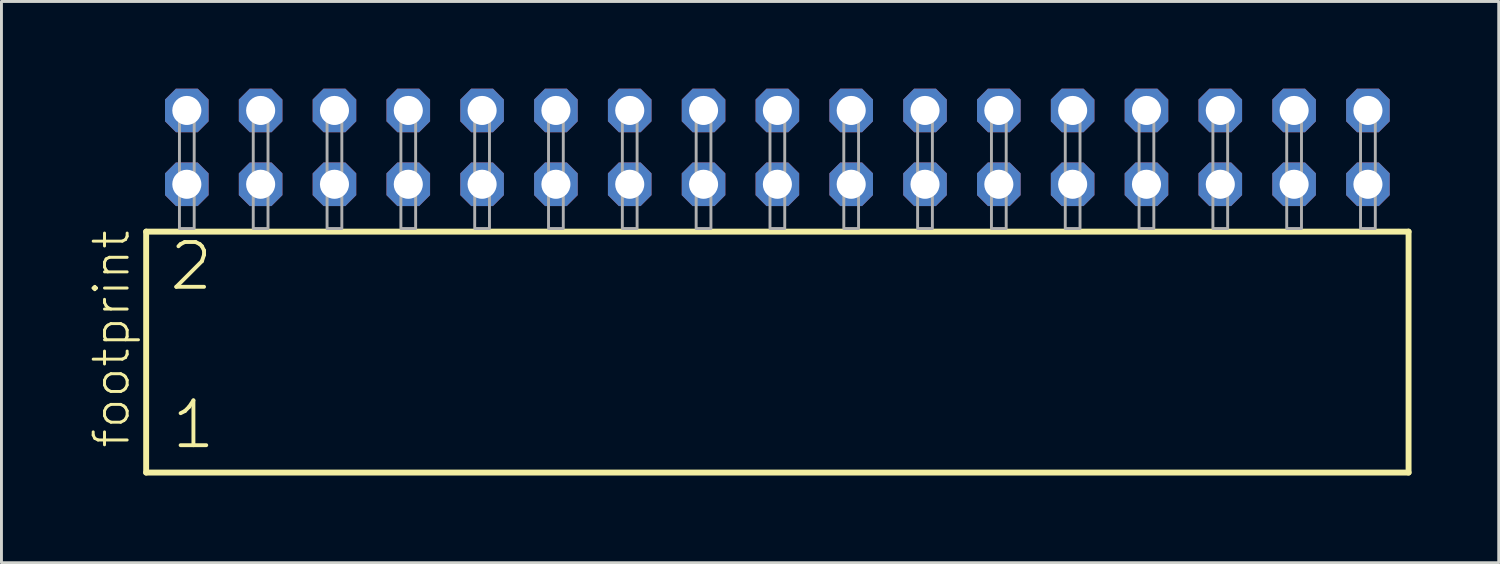
<source format=kicad_pcb>
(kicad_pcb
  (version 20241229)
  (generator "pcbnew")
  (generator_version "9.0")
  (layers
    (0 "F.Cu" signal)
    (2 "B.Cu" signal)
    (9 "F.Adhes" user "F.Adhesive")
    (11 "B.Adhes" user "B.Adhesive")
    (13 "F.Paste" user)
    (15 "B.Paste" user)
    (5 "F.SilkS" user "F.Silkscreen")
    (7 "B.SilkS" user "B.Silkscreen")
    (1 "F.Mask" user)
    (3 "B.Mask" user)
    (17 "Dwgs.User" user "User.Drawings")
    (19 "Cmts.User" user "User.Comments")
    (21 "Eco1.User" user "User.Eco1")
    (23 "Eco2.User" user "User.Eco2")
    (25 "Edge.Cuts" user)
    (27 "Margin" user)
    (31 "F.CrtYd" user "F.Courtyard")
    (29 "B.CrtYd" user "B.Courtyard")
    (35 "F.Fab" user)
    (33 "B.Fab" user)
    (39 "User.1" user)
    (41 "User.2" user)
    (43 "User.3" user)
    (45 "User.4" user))
  (footprint "footprint"
    (layer "F.Cu")
    (at 23.698 4.814)
    (property "Reference" "footprint" (at -22.225 7.62 90) (layer "F.SilkS") (effects (font (size 1.168 1.168) (thickness 0.102)) (justify left bottom)))
    (fp_line (start -21.719 0.106) (end -21.719 8.396) (stroke (width 0.203) (type solid)) (layer "F.SilkS"))
    (fp_line (start -21.719 8.396) (end 21.719 8.396) (stroke (width 0.203) (type solid)) (layer "F.SilkS"))
    (fp_line (start 21.719 0.106) (end -21.719 0.106) (stroke (width 0.203) (type solid)) (layer "F.SilkS"))
    (fp_line (start 21.719 8.396) (end 21.719 0.106) (stroke (width 0.203) (type solid)) (layer "F.SilkS"))
    (fp_poly (pts (xy -20.574 0) (xy -20.066 0) (xy -20.066 -4.318) (xy -20.574 -4.318)) (stroke (width 0.1) (type solid)) (fill no) (layer "F.Fab"))
    (fp_poly (pts (xy -18.034 0) (xy -17.526 0) (xy -17.526 -4.318) (xy -18.034 -4.318)) (stroke (width 0.1) (type solid)) (fill no) (layer "F.Fab"))
    (fp_poly (pts (xy -15.494 0) (xy -14.986 0) (xy -14.986 -4.318) (xy -15.494 -4.318)) (stroke (width 0.1) (type solid)) (fill no) (layer "F.Fab"))
    (fp_poly (pts (xy -12.954 0) (xy -12.446 0) (xy -12.446 -4.318) (xy -12.954 -4.318)) (stroke (width 0.1) (type solid)) (fill no) (layer "F.Fab"))
    (fp_poly (pts (xy -10.414 0) (xy -9.906 0) (xy -9.906 -4.318) (xy -10.414 -4.318)) (stroke (width 0.1) (type solid)) (fill no) (layer "F.Fab"))
    (fp_poly (pts (xy -7.874 0) (xy -7.366 0) (xy -7.366 -4.318) (xy -7.874 -4.318)) (stroke (width 0.1) (type solid)) (fill no) (layer "F.Fab"))
    (fp_poly (pts (xy -5.334 0) (xy -4.826 0) (xy -4.826 -4.318) (xy -5.334 -4.318)) (stroke (width 0.1) (type solid)) (fill no) (layer "F.Fab"))
    (fp_poly (pts (xy -2.794 0) (xy -2.286 0) (xy -2.286 -4.318) (xy -2.794 -4.318)) (stroke (width 0.1) (type solid)) (fill no) (layer "F.Fab"))
    (fp_poly (pts (xy -0.254 0) (xy 0.254 0) (xy 0.254 -4.318) (xy -0.254 -4.318)) (stroke (width 0.1) (type solid)) (fill no) (layer "F.Fab"))
    (fp_poly (pts (xy 2.286 0) (xy 2.794 0) (xy 2.794 -4.318) (xy 2.286 -4.318)) (stroke (width 0.1) (type solid)) (fill no) (layer "F.Fab"))
    (fp_poly (pts (xy 4.826 0) (xy 5.334 0) (xy 5.334 -4.318) (xy 4.826 -4.318)) (stroke (width 0.1) (type solid)) (fill no) (layer "F.Fab"))
    (fp_poly (pts (xy 7.366 0) (xy 7.874 0) (xy 7.874 -4.318) (xy 7.366 -4.318)) (stroke (width 0.1) (type solid)) (fill no) (layer "F.Fab"))
    (fp_poly (pts (xy 9.906 0) (xy 10.414 0) (xy 10.414 -4.318) (xy 9.906 -4.318)) (stroke (width 0.1) (type solid)) (fill no) (layer "F.Fab"))
    (fp_poly (pts (xy 12.446 0) (xy 12.954 0) (xy 12.954 -4.318) (xy 12.446 -4.318)) (stroke (width 0.1) (type solid)) (fill no) (layer "F.Fab"))
    (fp_poly (pts (xy 14.986 0) (xy 15.494 0) (xy 15.494 -4.318) (xy 14.986 -4.318)) (stroke (width 0.1) (type solid)) (fill no) (layer "F.Fab"))
    (fp_poly (pts (xy 17.526 0) (xy 18.034 0) (xy 18.034 -4.318) (xy 17.526 -4.318)) (stroke (width 0.1) (type solid)) (fill no) (layer "F.Fab"))
    (fp_poly (pts (xy 20.066 0) (xy 20.574 0) (xy 20.574 -4.318) (xy 20.066 -4.318)) (stroke (width 0.1) (type solid)) (fill no) (layer "F.Fab"))
    (fp_text user "1" (at -20.915 7.65 0) (layer "F.SilkS") (effects (font (size 1.542 1.542) (thickness 0.134)) (justify left bottom)))
    (fp_text user "2" (at -20.99 2.2 0) (layer "F.SilkS") (effects (font (size 1.542 1.542) (thickness 0.134)) (justify left bottom)))
    (pad "1" thru_hole roundrect (at -20.32 -1.524) (size 1.5 1.5) (drill 1) (layers "*.Cu" "*.Mask") (roundrect_rratio 0.25) (chamfer_ratio 0.25) (chamfer top_left top_right bottom_left bottom_right))
    (pad "2" thru_hole roundrect (at -20.32 -4.064) (size 1.5 1.5) (drill 1) (layers "*.Cu" "*.Mask") (roundrect_rratio 0.25) (chamfer_ratio 0.25) (chamfer top_left top_right bottom_left bottom_right))
    (pad "3" thru_hole roundrect (at -17.78 -1.524) (size 1.5 1.5) (drill 1) (layers "*.Cu" "*.Mask") (roundrect_rratio 0.25) (chamfer_ratio 0.25) (chamfer top_left top_right bottom_left bottom_right))
    (pad "4" thru_hole roundrect (at -17.78 -4.064) (size 1.5 1.5) (drill 1) (layers "*.Cu" "*.Mask") (roundrect_rratio 0.25) (chamfer_ratio 0.25) (chamfer top_left top_right bottom_left bottom_right))
    (pad "5" thru_hole roundrect (at -15.24 -1.524) (size 1.5 1.5) (drill 1) (layers "*.Cu" "*.Mask") (roundrect_rratio 0.25) (chamfer_ratio 0.25) (chamfer top_left top_right bottom_left bottom_right))
    (pad "6" thru_hole roundrect (at -15.24 -4.064) (size 1.5 1.5) (drill 1) (layers "*.Cu" "*.Mask") (roundrect_rratio 0.25) (chamfer_ratio 0.25) (chamfer top_left top_right bottom_left bottom_right))
    (pad "7" thru_hole roundrect (at -12.7 -1.524) (size 1.5 1.5) (drill 1) (layers "*.Cu" "*.Mask") (roundrect_rratio 0.25) (chamfer_ratio 0.25) (chamfer top_left top_right bottom_left bottom_right))
    (pad "8" thru_hole roundrect (at -12.7 -4.064) (size 1.5 1.5) (drill 1) (layers "*.Cu" "*.Mask") (roundrect_rratio 0.25) (chamfer_ratio 0.25) (chamfer top_left top_right bottom_left bottom_right))
    (pad "9" thru_hole roundrect (at -10.16 -1.524) (size 1.5 1.5) (drill 1) (layers "*.Cu" "*.Mask") (roundrect_rratio 0.25) (chamfer_ratio 0.25) (chamfer top_left top_right bottom_left bottom_right))
    (pad "10" thru_hole roundrect (at -10.16 -4.064) (size 1.5 1.5) (drill 1) (layers "*.Cu" "*.Mask") (roundrect_rratio 0.25) (chamfer_ratio 0.25) (chamfer top_left top_right bottom_left bottom_right))
    (pad "11" thru_hole roundrect (at -7.62 -1.524) (size 1.5 1.5) (drill 1) (layers "*.Cu" "*.Mask") (roundrect_rratio 0.25) (chamfer_ratio 0.25) (chamfer top_left top_right bottom_left bottom_right))
    (pad "12" thru_hole roundrect (at -7.62 -4.064) (size 1.5 1.5) (drill 1) (layers "*.Cu" "*.Mask") (roundrect_rratio 0.25) (chamfer_ratio 0.25) (chamfer top_left top_right bottom_left bottom_right))
    (pad "13" thru_hole roundrect (at -5.08 -1.524) (size 1.5 1.5) (drill 1) (layers "*.Cu" "*.Mask") (roundrect_rratio 0.25) (chamfer_ratio 0.25) (chamfer top_left top_right bottom_left bottom_right))
    (pad "14" thru_hole roundrect (at -5.08 -4.064) (size 1.5 1.5) (drill 1) (layers "*.Cu" "*.Mask") (roundrect_rratio 0.25) (chamfer_ratio 0.25) (chamfer top_left top_right bottom_left bottom_right))
    (pad "15" thru_hole roundrect (at -2.54 -1.524) (size 1.5 1.5) (drill 1) (layers "*.Cu" "*.Mask") (roundrect_rratio 0.25) (chamfer_ratio 0.25) (chamfer top_left top_right bottom_left bottom_right))
    (pad "16" thru_hole roundrect (at -2.54 -4.064) (size 1.5 1.5) (drill 1) (layers "*.Cu" "*.Mask") (roundrect_rratio 0.25) (chamfer_ratio 0.25) (chamfer top_left top_right bottom_left bottom_right))
    (pad "17" thru_hole roundrect (at 0 -1.524) (size 1.5 1.5) (drill 1) (layers "*.Cu" "*.Mask") (roundrect_rratio 0.25) (chamfer_ratio 0.25) (chamfer top_left top_right bottom_left bottom_right))
    (pad "18" thru_hole roundrect (at 0 -4.064) (size 1.5 1.5) (drill 1) (layers "*.Cu" "*.Mask") (roundrect_rratio 0.25) (chamfer_ratio 0.25) (chamfer top_left top_right bottom_left bottom_right))
    (pad "19" thru_hole roundrect (at 2.54 -1.524) (size 1.5 1.5) (drill 1) (layers "*.Cu" "*.Mask") (roundrect_rratio 0.25) (chamfer_ratio 0.25) (chamfer top_left top_right bottom_left bottom_right))
    (pad "20" thru_hole roundrect (at 2.54 -4.064) (size 1.5 1.5) (drill 1) (layers "*.Cu" "*.Mask") (roundrect_rratio 0.25) (chamfer_ratio 0.25) (chamfer top_left top_right bottom_left bottom_right))
    (pad "21" thru_hole roundrect (at 5.08 -1.524) (size 1.5 1.5) (drill 1) (layers "*.Cu" "*.Mask") (roundrect_rratio 0.25) (chamfer_ratio 0.25) (chamfer top_left top_right bottom_left bottom_right))
    (pad "22" thru_hole roundrect (at 5.08 -4.064) (size 1.5 1.5) (drill 1) (layers "*.Cu" "*.Mask") (roundrect_rratio 0.25) (chamfer_ratio 0.25) (chamfer top_left top_right bottom_left bottom_right))
    (pad "23" thru_hole roundrect (at 7.62 -1.524) (size 1.5 1.5) (drill 1) (layers "*.Cu" "*.Mask") (roundrect_rratio 0.25) (chamfer_ratio 0.25) (chamfer top_left top_right bottom_left bottom_right))
    (pad "24" thru_hole roundrect (at 7.62 -4.064) (size 1.5 1.5) (drill 1) (layers "*.Cu" "*.Mask") (roundrect_rratio 0.25) (chamfer_ratio 0.25) (chamfer top_left top_right bottom_left bottom_right))
    (pad "25" thru_hole roundrect (at 10.16 -1.524) (size 1.5 1.5) (drill 1) (layers "*.Cu" "*.Mask") (roundrect_rratio 0.25) (chamfer_ratio 0.25) (chamfer top_left top_right bottom_left bottom_right))
    (pad "26" thru_hole roundrect (at 10.16 -4.064) (size 1.5 1.5) (drill 1) (layers "*.Cu" "*.Mask") (roundrect_rratio 0.25) (chamfer_ratio 0.25) (chamfer top_left top_right bottom_left bottom_right))
    (pad "27" thru_hole roundrect (at 12.7 -1.524) (size 1.5 1.5) (drill 1) (layers "*.Cu" "*.Mask") (roundrect_rratio 0.25) (chamfer_ratio 0.25) (chamfer top_left top_right bottom_left bottom_right))
    (pad "28" thru_hole roundrect (at 12.7 -4.064) (size 1.5 1.5) (drill 1) (layers "*.Cu" "*.Mask") (roundrect_rratio 0.25) (chamfer_ratio 0.25) (chamfer top_left top_right bottom_left bottom_right))
    (pad "29" thru_hole roundrect (at 15.24 -1.524) (size 1.5 1.5) (drill 1) (layers "*.Cu" "*.Mask") (roundrect_rratio 0.25) (chamfer_ratio 0.25) (chamfer top_left top_right bottom_left bottom_right))
    (pad "30" thru_hole roundrect (at 15.24 -4.064) (size 1.5 1.5) (drill 1) (layers "*.Cu" "*.Mask") (roundrect_rratio 0.25) (chamfer_ratio 0.25) (chamfer top_left top_right bottom_left bottom_right))
    (pad "31" thru_hole roundrect (at 17.78 -1.524) (size 1.5 1.5) (drill 1) (layers "*.Cu" "*.Mask") (roundrect_rratio 0.25) (chamfer_ratio 0.25) (chamfer top_left top_right bottom_left bottom_right))
    (pad "32" thru_hole roundrect (at 17.78 -4.064) (size 1.5 1.5) (drill 1) (layers "*.Cu" "*.Mask") (roundrect_rratio 0.25) (chamfer_ratio 0.25) (chamfer top_left top_right bottom_left bottom_right))
    (pad "33" thru_hole roundrect (at 20.32 -1.524) (size 1.5 1.5) (drill 1) (layers "*.Cu" "*.Mask") (roundrect_rratio 0.25) (chamfer_ratio 0.25) (chamfer top_left top_right bottom_left bottom_right))
    (pad "34" thru_hole roundrect (at 20.32 -4.064) (size 1.5 1.5) (drill 1) (layers "*.Cu" "*.Mask") (roundrect_rratio 0.25) (chamfer_ratio 0.25) (chamfer top_left top_right bottom_left bottom_right)))
  (gr_rect
    (start -3 -3)
    (end 48.519 16.312)
    (stroke (width 0.1) (type default))
    (fill no)
    (layer "Edge.Cuts")))
</source>
